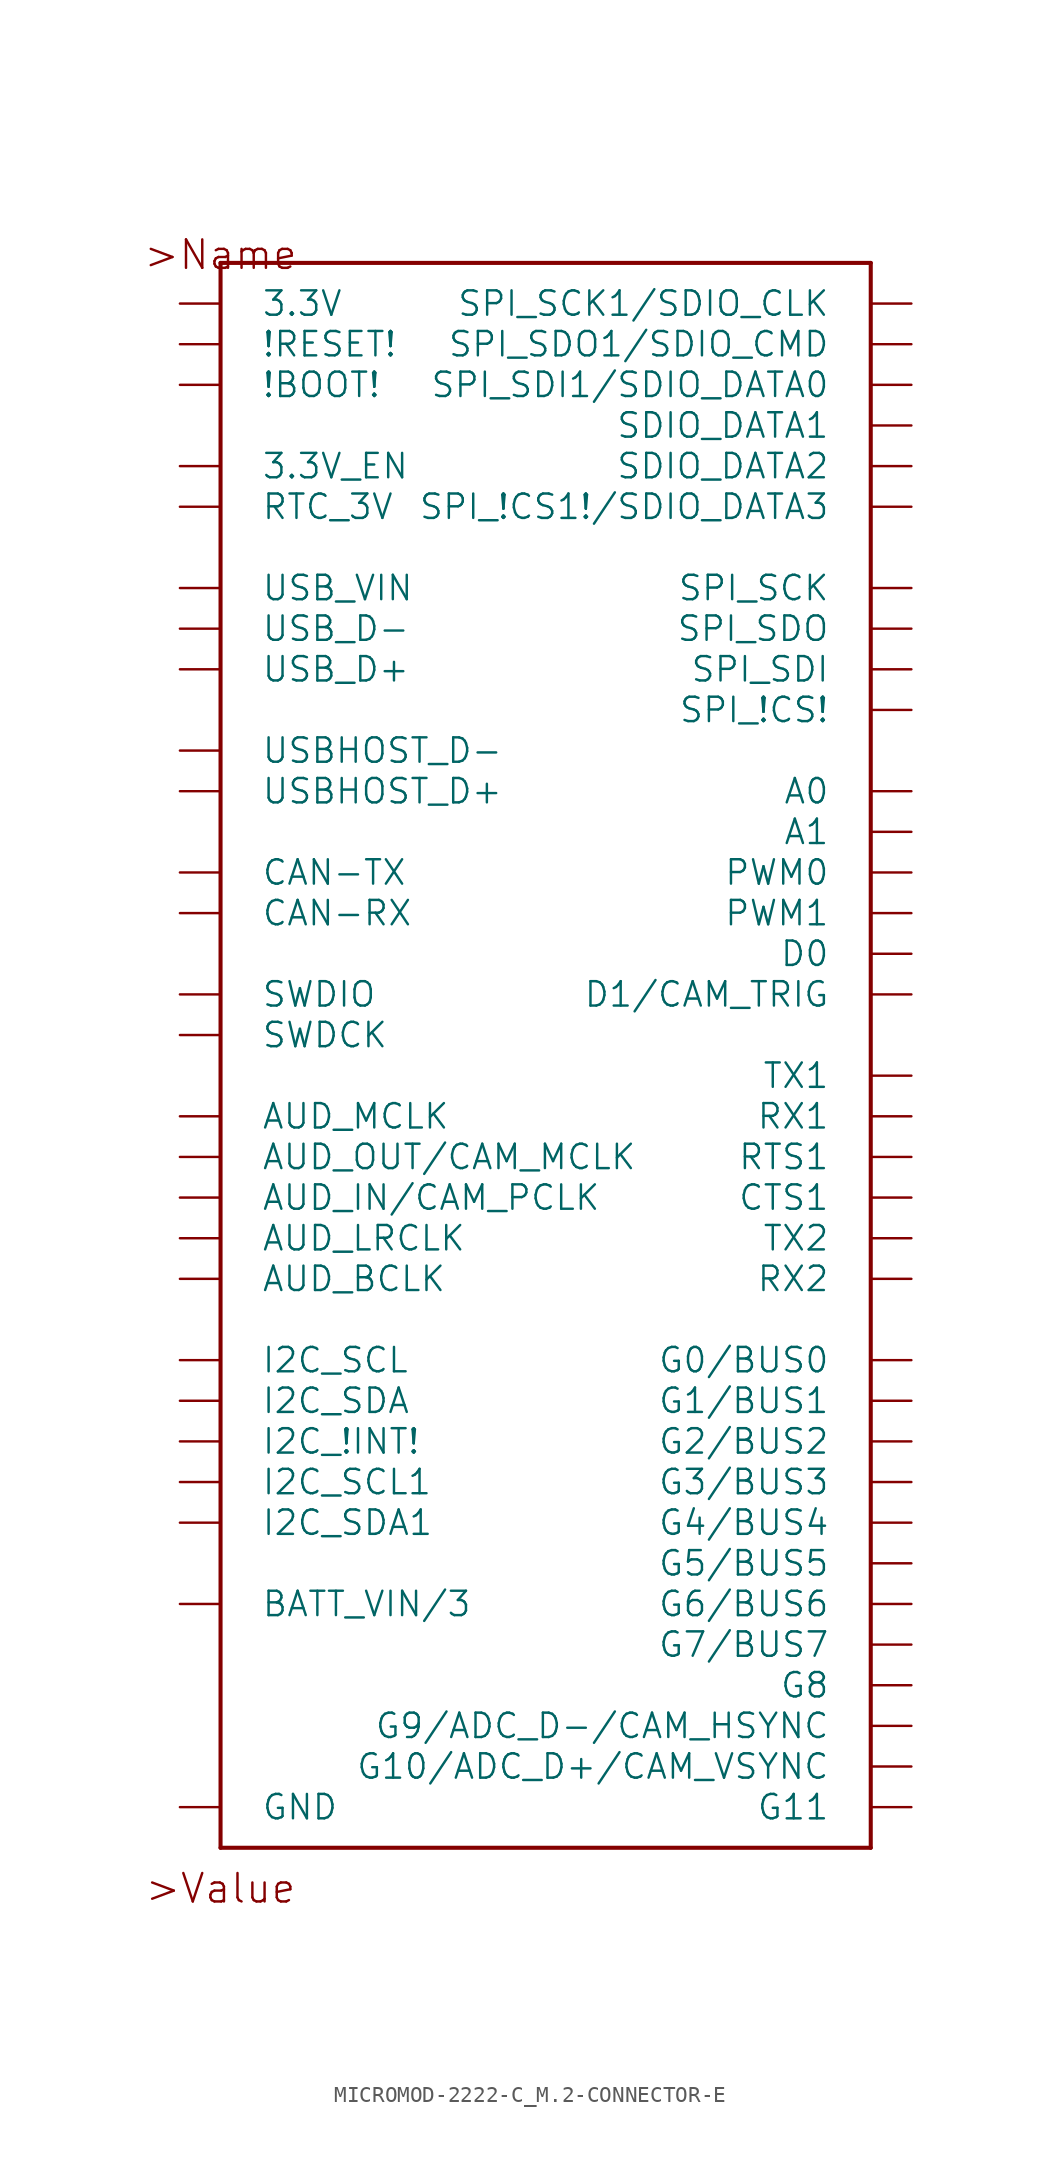
<source format=kicad_sym>
(kicad_symbol_lib
  (version 20211014)
  (generator kicad_symbol_editor)
  (symbol "MICROMOD-2222-C_M.2-CONNECTOR-E"
    (pin_names
      (offset 2.54))
    (property "Reference" "U"
      (at 0 0 0)
      (effects (font (size 0 0)) hide))
    (symbol "MICROMOD-2222-C_M.2-CONNECTOR-E_0_0"
      (polyline (pts (xy -20.32 -45.72) (xy -20.32 53.34)) (stroke (width 0.254) (type default) (color 0 0 0 0)) (fill (type none)))
      (polyline (pts (xy -20.32 53.34) (xy 20.32 53.34)) (stroke (width 0.254) (type default) (color 0 0 0 0)) (fill (type none)))
      (polyline (pts (xy 20.32 -45.72) (xy -20.32 -45.72)) (stroke (width 0.254) (type default) (color 0 0 0 0)) (fill (type none)))
      (polyline (pts (xy 20.32 53.34) (xy 20.32 -45.72)) (stroke (width 0.254) (type default) (color 0 0 0 0)) (fill (type none)))
      (text ">Name" (at -20.32 53.848 0) (effects (font (size 1.778 1.778))))
      (text ">Value" (at -20.32 -48.26 0) (effects (font (size 1.778 1.778))))
      (pin bidirectional line (at -22.86 -43.18 0) (length 2.54) (name "GND" (effects (font (size 1.524 1.524)))) (number "1" (effects (font (size 0 0)))))
      (pin bidirectional line (at 22.86 10.16 180) (length 2.54) (name "D0" (effects (font (size 1.524 1.524)))) (number "10" (effects (font (size 0 0)))))
      (pin bidirectional line (at -22.86 45.72 0) (length 2.54) (name "!BOOT!" (effects (font (size 1.524 1.524)))) (number "11" (effects (font (size 0 0)))))
      (pin bidirectional line (at -22.86 -17.78 0) (length 2.54) (name "I2C_SDA" (effects (font (size 1.524 1.524)))) (number "12" (effects (font (size 0 0)))))
      (pin bidirectional line (at 22.86 -2.54 180) (length 2.54) (name "RTS1" (effects (font (size 1.524 1.524)))) (number "13" (effects (font (size 0 0)))))
      (pin bidirectional line (at -22.86 -15.24 0) (length 2.54) (name "I2C_SCL" (effects (font (size 1.524 1.524)))) (number "14" (effects (font (size 0 0)))))
      (pin bidirectional line (at 22.86 -5.08 180) (length 2.54) (name "CTS1" (effects (font (size 1.524 1.524)))) (number "15" (effects (font (size 0 0)))))
      (pin bidirectional line (at -22.86 -20.32 0) (length 2.54) (name "I2C_!INT!" (effects (font (size 1.524 1.524)))) (number "16" (effects (font (size 0 0)))))
      (pin bidirectional line (at 22.86 2.54 180) (length 2.54) (name "TX1" (effects (font (size 1.524 1.524)))) (number "17" (effects (font (size 0 0)))))
      (pin bidirectional line (at 22.86 7.62 180) (length 2.54) (name "D1/CAM_TRIG" (effects (font (size 1.524 1.524)))) (number "18" (effects (font (size 0 0)))))
      (pin bidirectional line (at 22.86 0 180) (length 2.54) (name "RX1" (effects (font (size 1.524 1.524)))) (number "19" (effects (font (size 0 0)))))
      (pin bidirectional line (at -22.86 50.8 0) (length 2.54) (name "3.3V" (effects (font (size 1.524 1.524)))) (number "2" (effects (font (size 0 0)))))
      (pin bidirectional line (at 22.86 -10.16 180) (length 2.54) (name "RX2" (effects (font (size 1.524 1.524)))) (number "20" (effects (font (size 0 0)))))
      (pin bidirectional line (at -22.86 5.08 0) (length 2.54) (name "SWDCK" (effects (font (size 1.524 1.524)))) (number "21" (effects (font (size 0 0)))))
      (pin bidirectional line (at 22.86 -7.62 180) (length 2.54) (name "TX2" (effects (font (size 1.524 1.524)))) (number "22" (effects (font (size 0 0)))))
      (pin bidirectional line (at -22.86 7.62 0) (length 2.54) (name "SWDIO" (effects (font (size 1.524 1.524)))) (number "23" (effects (font (size 0 0)))))
      (pin bidirectional line (at -22.86 27.94 0) (length 2.54) (name "USB_D+" (effects (font (size 1.524 1.524)))) (number "3" (effects (font (size 0 0)))))
      (pin bidirectional line (at 22.86 15.24 180) (length 2.54) (name "PWM0" (effects (font (size 1.524 1.524)))) (number "32" (effects (font (size 0 0)))))
      (pin bidirectional line (at -22.86 -43.18 0) (length 2.54) hide (name "GND" (effects (font (size 1.524 1.524)))) (number "33" (effects (font (size 0 0)))))
      (pin bidirectional line (at 22.86 20.32 180) (length 2.54) (name "A0" (effects (font (size 1.524 1.524)))) (number "34" (effects (font (size 0 0)))))
      (pin bidirectional line (at -22.86 20.32 0) (length 2.54) (name "USBHOST_D+" (effects (font (size 1.524 1.524)))) (number "35" (effects (font (size 0 0)))))
      (pin bidirectional line (at -22.86 -43.18 0) (length 2.54) hide (name "GND" (effects (font (size 1.524 1.524)))) (number "36" (effects (font (size 0 0)))))
      (pin bidirectional line (at -22.86 22.86 0) (length 2.54) (name "USBHOST_D-" (effects (font (size 1.524 1.524)))) (number "37" (effects (font (size 0 0)))))
      (pin bidirectional line (at 22.86 17.78 180) (length 2.54) (name "A1" (effects (font (size 1.524 1.524)))) (number "38" (effects (font (size 0 0)))))
      (pin bidirectional line (at -22.86 -43.18 0) (length 2.54) hide (name "GND" (effects (font (size 1.524 1.524)))) (number "39" (effects (font (size 0 0)))))
      (pin bidirectional line (at -22.86 40.64 0) (length 2.54) (name "3.3V_EN" (effects (font (size 1.524 1.524)))) (number "4" (effects (font (size 0 0)))))
      (pin bidirectional line (at 22.86 -15.24 180) (length 2.54) (name "G0/BUS0" (effects (font (size 1.524 1.524)))) (number "40" (effects (font (size 0 0)))))
      (pin bidirectional line (at -22.86 12.7 0) (length 2.54) (name "CAN-RX" (effects (font (size 1.524 1.524)))) (number "41" (effects (font (size 0 0)))))
      (pin bidirectional line (at 22.86 -17.78 180) (length 2.54) (name "G1/BUS1" (effects (font (size 1.524 1.524)))) (number "42" (effects (font (size 0 0)))))
      (pin bidirectional line (at -22.86 15.24 0) (length 2.54) (name "CAN-TX" (effects (font (size 1.524 1.524)))) (number "43" (effects (font (size 0 0)))))
      (pin bidirectional line (at 22.86 -20.32 180) (length 2.54) (name "G2/BUS2" (effects (font (size 1.524 1.524)))) (number "44" (effects (font (size 0 0)))))
      (pin bidirectional line (at -22.86 -43.18 0) (length 2.54) hide (name "GND" (effects (font (size 1.524 1.524)))) (number "45" (effects (font (size 0 0)))))
      (pin bidirectional line (at 22.86 -22.86 180) (length 2.54) (name "G3/BUS3" (effects (font (size 1.524 1.524)))) (number "46" (effects (font (size 0 0)))))
      (pin bidirectional line (at 22.86 12.7 180) (length 2.54) (name "PWM1" (effects (font (size 1.524 1.524)))) (number "47" (effects (font (size 0 0)))))
      (pin bidirectional line (at 22.86 -25.4 180) (length 2.54) (name "G4/BUS4" (effects (font (size 1.524 1.524)))) (number "48" (effects (font (size 0 0)))))
      (pin bidirectional line (at -22.86 -30.48 0) (length 2.54) (name "BATT_VIN/3" (effects (font (size 1.524 1.524)))) (number "49" (effects (font (size 0 0)))))
      (pin bidirectional line (at -22.86 30.48 0) (length 2.54) (name "USB_D-" (effects (font (size 1.524 1.524)))) (number "5" (effects (font (size 0 0)))))
      (pin bidirectional line (at -22.86 -10.16 0) (length 2.54) (name "AUD_BCLK" (effects (font (size 1.524 1.524)))) (number "50" (effects (font (size 0 0)))))
      (pin bidirectional line (at -22.86 -25.4 0) (length 2.54) (name "I2C_SDA1" (effects (font (size 1.524 1.524)))) (number "51" (effects (font (size 0 0)))))
      (pin bidirectional line (at -22.86 -7.62 0) (length 2.54) (name "AUD_LRCLK" (effects (font (size 1.524 1.524)))) (number "52" (effects (font (size 0 0)))))
      (pin bidirectional line (at -22.86 -22.86 0) (length 2.54) (name "I2C_SCL1" (effects (font (size 1.524 1.524)))) (number "53" (effects (font (size 0 0)))))
      (pin bidirectional line (at -22.86 -5.08 0) (length 2.54) (name "AUD_IN/CAM_PCLK" (effects (font (size 1.524 1.524)))) (number "54" (effects (font (size 0 0)))))
      (pin bidirectional line (at 22.86 25.4 180) (length 2.54) (name "SPI_!CS!" (effects (font (size 1.524 1.524)))) (number "55" (effects (font (size 0 0)))))
      (pin bidirectional line (at -22.86 -2.54 0) (length 2.54) (name "AUD_OUT/CAM_MCLK" (effects (font (size 1.524 1.524)))) (number "56" (effects (font (size 0 0)))))
      (pin bidirectional line (at 22.86 33.02 180) (length 2.54) (name "SPI_SCK" (effects (font (size 1.524 1.524)))) (number "57" (effects (font (size 0 0)))))
      (pin bidirectional line (at -22.86 0 0) (length 2.54) (name "AUD_MCLK" (effects (font (size 1.524 1.524)))) (number "58" (effects (font (size 0 0)))))
      (pin bidirectional line (at 22.86 30.48 180) (length 2.54) (name "SPI_SDO" (effects (font (size 1.524 1.524)))) (number "59" (effects (font (size 0 0)))))
      (pin bidirectional line (at -22.86 48.26 0) (length 2.54) (name "!RESET!" (effects (font (size 1.524 1.524)))) (number "6" (effects (font (size 0 0)))))
      (pin bidirectional line (at 22.86 50.8 180) (length 2.54) (name "SPI_SCK1/SDIO_CLK" (effects (font (size 1.524 1.524)))) (number "60" (effects (font (size 0 0)))))
      (pin bidirectional line (at 22.86 27.94 180) (length 2.54) (name "SPI_SDI" (effects (font (size 1.524 1.524)))) (number "61" (effects (font (size 0 0)))))
      (pin bidirectional line (at 22.86 48.26 180) (length 2.54) (name "SPI_SDO1/SDIO_CMD" (effects (font (size 1.524 1.524)))) (number "62" (effects (font (size 0 0)))))
      (pin bidirectional line (at 22.86 -40.64 180) (length 2.54) (name "G10/ADC_D+/CAM_VSYNC" (effects (font (size 1.524 1.524)))) (number "63" (effects (font (size 0 0)))))
      (pin bidirectional line (at 22.86 45.72 180) (length 2.54) (name "SPI_SDI1/SDIO_DATA0" (effects (font (size 1.524 1.524)))) (number "64" (effects (font (size 0 0)))))
      (pin bidirectional line (at 22.86 -38.1 180) (length 2.54) (name "G9/ADC_D-/CAM_HSYNC" (effects (font (size 1.524 1.524)))) (number "65" (effects (font (size 0 0)))))
      (pin bidirectional line (at 22.86 43.18 180) (length 2.54) (name "SDIO_DATA1" (effects (font (size 1.524 1.524)))) (number "66" (effects (font (size 0 0)))))
      (pin bidirectional line (at 22.86 -35.56 180) (length 2.54) (name "G8" (effects (font (size 1.524 1.524)))) (number "67" (effects (font (size 0 0)))))
      (pin bidirectional line (at 22.86 40.64 180) (length 2.54) (name "SDIO_DATA2" (effects (font (size 1.524 1.524)))) (number "68" (effects (font (size 0 0)))))
      (pin bidirectional line (at 22.86 -33.02 180) (length 2.54) (name "G7/BUS7" (effects (font (size 1.524 1.524)))) (number "69" (effects (font (size 0 0)))))
      (pin bidirectional line (at -22.86 -43.18 0) (length 2.54) hide (name "GND" (effects (font (size 1.524 1.524)))) (number "7" (effects (font (size 0 0)))))
      (pin bidirectional line (at 22.86 38.1 180) (length 2.54) (name "SPI_!CS1!/SDIO_DATA3" (effects (font (size 1.524 1.524)))) (number "70" (effects (font (size 0 0)))))
      (pin bidirectional line (at 22.86 -30.48 180) (length 2.54) (name "G6/BUS6" (effects (font (size 1.524 1.524)))) (number "71" (effects (font (size 0 0)))))
      (pin bidirectional line (at -22.86 38.1 0) (length 2.54) (name "RTC_3V" (effects (font (size 1.524 1.524)))) (number "72" (effects (font (size 0 0)))))
      (pin bidirectional line (at 22.86 -27.94 180) (length 2.54) (name "G5/BUS5" (effects (font (size 1.524 1.524)))) (number "73" (effects (font (size 0 0)))))
      (pin bidirectional line (at -22.86 50.8 0) (length 2.54) hide (name "3.3V" (effects (font (size 1.524 1.524)))) (number "74" (effects (font (size 0 0)))))
      (pin bidirectional line (at -22.86 -43.18 0) (length 2.54) hide (name "GND" (effects (font (size 1.524 1.524)))) (number "75" (effects (font (size 0 0)))))
      (pin bidirectional line (at 22.86 -43.18 180) (length 2.54) (name "G11" (effects (font (size 1.524 1.524)))) (number "8" (effects (font (size 0 0)))))
      (pin bidirectional line (at -22.86 33.02 0) (length 2.54) (name "USB_VIN" (effects (font (size 1.524 1.524)))) (number "9" (effects (font (size 0 0))))))))
</source>
